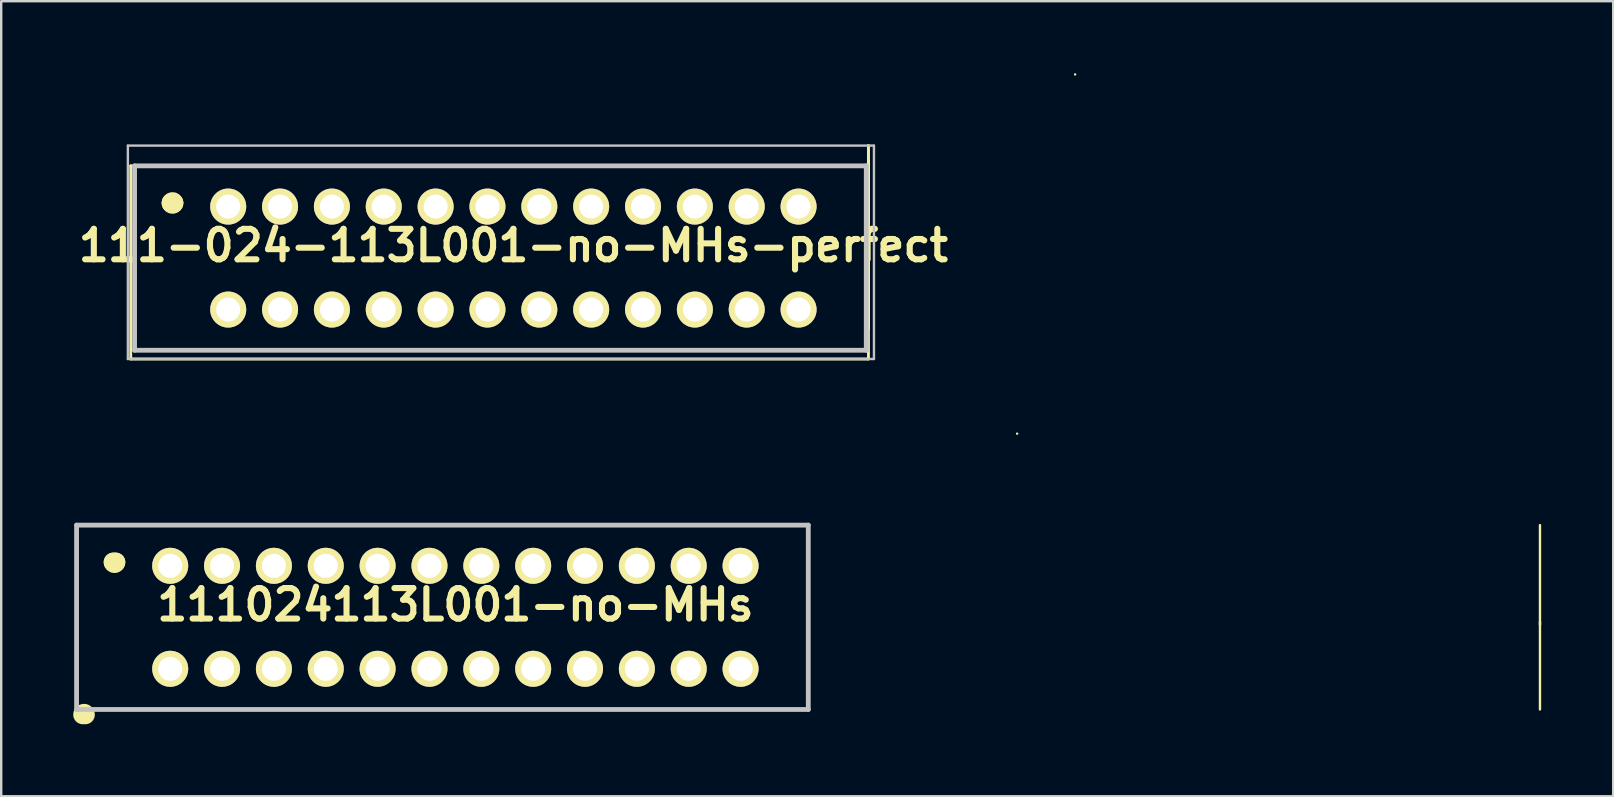
<source format=kicad_pcb>
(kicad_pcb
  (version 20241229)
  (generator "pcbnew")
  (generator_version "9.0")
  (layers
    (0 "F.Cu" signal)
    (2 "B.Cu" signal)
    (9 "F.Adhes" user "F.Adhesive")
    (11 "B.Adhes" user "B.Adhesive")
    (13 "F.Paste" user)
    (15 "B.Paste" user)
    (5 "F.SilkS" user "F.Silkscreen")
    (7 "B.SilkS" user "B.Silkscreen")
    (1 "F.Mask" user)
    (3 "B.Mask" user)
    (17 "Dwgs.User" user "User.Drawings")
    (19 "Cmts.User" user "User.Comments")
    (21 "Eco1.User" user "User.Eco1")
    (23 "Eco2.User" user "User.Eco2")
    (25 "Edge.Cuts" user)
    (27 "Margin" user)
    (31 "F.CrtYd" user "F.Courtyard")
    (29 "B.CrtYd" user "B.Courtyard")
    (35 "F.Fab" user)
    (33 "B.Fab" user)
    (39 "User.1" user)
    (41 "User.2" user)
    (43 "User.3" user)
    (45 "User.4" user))
  (footprint "111024113L001-no-MHs"
    (layer "F.Cu")
    (at 4.04 20.52)
    (property "Reference" "111024113L001-no-MHs" (at 11.88 1.623 0) (layer "F.SilkS") (effects (font (size 1.27 1.27) (thickness 0.254))))
    (attr through_hole)
    (fp_line (start -3.9 2.335) (end -3.9 5.985) (stroke (width 0.1) (type solid)) (layer "F.SilkS"))
    (fp_line (start -3.9 2.455) (end -3.9 -1.695) (stroke (width 0.1) (type solid)) (layer "F.SilkS"))
    (fp_line (start -3.9 5.985) (end 26.58 5.985) (stroke (width 0.1) (type solid)) (layer "F.SilkS"))
    (fp_line (start -2.37 -0.15) (end -2.37 -0.15) (stroke (width 0.8) (type solid)) (layer "F.SilkS"))
    (fp_line (start -2.27 -0.15) (end -2.27 -0.15) (stroke (width 0.8) (type solid)) (layer "F.SilkS"))
    (fp_line (start -1.36 -1.695) (end 26.58 -1.695) (stroke (width 0.1) (type solid)) (layer "F.SilkS"))
    (fp_line (start 35.28 -5.505) (end 35.28 -5.505) (stroke (width 0.1) (type solid)) (layer "F.SilkS"))
    (fp_line (start 57.06 2.335) (end 57.06 5.985) (stroke (width 0.1) (type solid)) (layer "F.SilkS"))
    (fp_line (start 57.06 2.455) (end 57.06 -1.695) (stroke (width 0.1) (type solid)) (layer "F.SilkS"))
    (fp_arc (start -3.64 6.2) (mid -3.59 6.15) (end -3.54 6.2) (stroke (width 0.8) (type solid)) (layer "F.SilkS"))
    (fp_arc (start -2.27 -0.15) (mid -2.32 -0.1) (end -2.37 -0.15) (stroke (width 0.8) (type solid)) (layer "F.SilkS"))
    (fp_line (start -3.9 -1.695) (end 26.58 -1.695) (stroke (width 0.2) (type solid)) (layer "Dwgs.User"))
    (fp_line (start -3.9 5.985) (end -3.9 -1.695) (stroke (width 0.2) (type solid)) (layer "Dwgs.User"))
    (fp_line (start 26.58 -1.695) (end 26.58 5.985) (stroke (width 0.2) (type solid)) (layer "Dwgs.User"))
    (fp_line (start 26.58 5.985) (end -3.9 5.985) (stroke (width 0.2) (type solid)) (layer "Dwgs.User"))
    (pad "1" thru_hole circle (at 0 0 90) (size 1.5 1.5) (drill 1) (layers "*.Cu" "*.Mask" "F.SilkS"))
    (pad "2" thru_hole circle (at 2.16 0 90) (size 1.5 1.5) (drill 1) (layers "*.Cu" "*.Mask" "F.SilkS"))
    (pad "3" thru_hole circle (at 4.32 0 90) (size 1.5 1.5) (drill 1) (layers "*.Cu" "*.Mask" "F.SilkS"))
    (pad "4" thru_hole circle (at 6.48 0 90) (size 1.5 1.5) (drill 1) (layers "*.Cu" "*.Mask" "F.SilkS"))
    (pad "5" thru_hole circle (at 8.64 0 90) (size 1.5 1.5) (drill 1) (layers "*.Cu" "*.Mask" "F.SilkS"))
    (pad "6" thru_hole circle (at 10.8 0 90) (size 1.5 1.5) (drill 1) (layers "*.Cu" "*.Mask" "F.SilkS"))
    (pad "7" thru_hole circle (at 12.96 0 90) (size 1.5 1.5) (drill 1) (layers "*.Cu" "*.Mask" "F.SilkS"))
    (pad "8" thru_hole circle (at 15.12 0 90) (size 1.5 1.5) (drill 1) (layers "*.Cu" "*.Mask" "F.SilkS"))
    (pad "9" thru_hole circle (at 17.28 0 90) (size 1.5 1.5) (drill 1) (layers "*.Cu" "*.Mask" "F.SilkS"))
    (pad "10" thru_hole circle (at 19.44 0 90) (size 1.5 1.5) (drill 1) (layers "*.Cu" "*.Mask" "F.SilkS"))
    (pad "11" thru_hole circle (at 21.6 0 90) (size 1.5 1.5) (drill 1) (layers "*.Cu" "*.Mask" "F.SilkS"))
    (pad "12" thru_hole circle (at 23.76 0 90) (size 1.5 1.5) (drill 1) (layers "*.Cu" "*.Mask" "F.SilkS"))
    (pad "13" thru_hole circle (at 0 4.29 90) (size 1.5 1.5) (drill 1) (layers "*.Cu" "*.Mask" "F.SilkS"))
    (pad "14" thru_hole circle (at 2.16 4.29 90) (size 1.5 1.5) (drill 1) (layers "*.Cu" "*.Mask" "F.SilkS"))
    (pad "15" thru_hole circle (at 4.32 4.29 90) (size 1.5 1.5) (drill 1) (layers "*.Cu" "*.Mask" "F.SilkS"))
    (pad "16" thru_hole circle (at 6.48 4.29 90) (size 1.5 1.5) (drill 1) (layers "*.Cu" "*.Mask" "F.SilkS"))
    (pad "17" thru_hole circle (at 8.64 4.29 90) (size 1.5 1.5) (drill 1) (layers "*.Cu" "*.Mask" "F.SilkS"))
    (pad "18" thru_hole circle (at 10.8 4.29 90) (size 1.5 1.5) (drill 1) (layers "*.Cu" "*.Mask" "F.SilkS"))
    (pad "19" thru_hole circle (at 12.96 4.29 90) (size 1.5 1.5) (drill 1) (layers "*.Cu" "*.Mask" "F.SilkS"))
    (pad "20" thru_hole circle (at 15.12 4.29 90) (size 1.5 1.5) (drill 1) (layers "*.Cu" "*.Mask" "F.SilkS"))
    (pad "21" thru_hole circle (at 17.28 4.29 90) (size 1.5 1.5) (drill 1) (layers "*.Cu" "*.Mask" "F.SilkS"))
    (pad "22" thru_hole circle (at 19.44 4.29 90) (size 1.5 1.5) (drill 1) (layers "*.Cu" "*.Mask" "F.SilkS"))
    (pad "23" thru_hole circle (at 21.6 4.29 90) (size 1.5 1.5) (drill 1) (layers "*.Cu" "*.Mask" "F.SilkS"))
    (pad "24" thru_hole circle (at 23.76 4.29 90) (size 1.5 1.5) (drill 1) (layers "*.Cu" "*.Mask" "F.SilkS")))
  (footprint "111-024-113L001-no-MHs-perfect"
    (layer "F.Cu")
    (at 6.456 5.555)
    (property "Reference" "111-024-113L001-no-MHs-perfect" (at 11.88 1.623 0) (layer "F.SilkS") (effects (font (size 1.27 1.27) (thickness 0.254))))
    (attr through_hole)
    (fp_line (start -4.06 -1.695) (end -4.06 6.35) (stroke (width 0.12) (type solid)) (layer "F.SilkS"))
    (fp_line (start -4.06 6.35) (end 26.67 6.35) (stroke (width 0.12) (type solid)) (layer "F.SilkS"))
    (fp_line (start -3.9 2.335) (end -3.9 5.985) (stroke (width 0.1) (type solid)) (layer "F.SilkS"))
    (fp_line (start -3.9 2.455) (end -3.9 -1.695) (stroke (width 0.1) (type solid)) (layer "F.SilkS"))
    (fp_line (start -3.9 5.985) (end 26.58 5.985) (stroke (width 0.1) (type solid)) (layer "F.SilkS"))
    (fp_line (start -2.37 -0.15) (end -2.37 -0.15) (stroke (width 0.8) (type solid)) (layer "F.SilkS"))
    (fp_line (start -2.27 -0.15) (end -2.27 -0.15) (stroke (width 0.8) (type solid)) (layer "F.SilkS"))
    (fp_line (start -1.36 -1.695) (end 26.58 -1.695) (stroke (width 0.1) (type solid)) (layer "F.SilkS"))
    (fp_line (start 26.58 2.335) (end 26.58 5.985) (stroke (width 0.1) (type solid)) (layer "F.SilkS"))
    (fp_line (start 26.58 2.455) (end 26.58 -1.695) (stroke (width 0.1) (type solid)) (layer "F.SilkS"))
    (fp_line (start 26.67 -1.695) (end -4.06 -1.695) (stroke (width 0.12) (type solid)) (layer "F.SilkS"))
    (fp_line (start 26.67 -1.695) (end 26.67 5.08) (stroke (width 0.12) (type solid)) (layer "F.SilkS"))
    (fp_line (start 26.67 5.08) (end 26.67 -2.54) (stroke (width 0.12) (type solid)) (layer "F.SilkS"))
    (fp_line (start 26.67 6.35) (end 26.67 -2.54) (stroke (width 0.12) (type solid)) (layer "F.SilkS"))
    (fp_line (start 35.28 -5.505) (end 35.28 -5.505) (stroke (width 0.1) (type solid)) (layer "F.SilkS"))
    (fp_arc (start -2.37 -0.15) (mid -2.32 -0.2) (end -2.27 -0.15) (stroke (width 0.8) (type solid)) (layer "F.SilkS"))
    (fp_arc (start -2.27 -0.15) (mid -2.32 -0.1) (end -2.37 -0.15) (stroke (width 0.8) (type solid)) (layer "F.SilkS"))
    (fp_line (start -4.18 -2.54) (end -4.18 6.35) (stroke (width 0.1) (type solid)) (layer "Dwgs.User"))
    (fp_line (start -4.18 -2.54) (end 26.9 -2.54) (stroke (width 0.1) (type solid)) (layer "Dwgs.User"))
    (fp_line (start -4.18 6.35) (end 26.9 6.35) (stroke (width 0.1) (type solid)) (layer "Dwgs.User"))
    (fp_line (start -3.9 -1.695) (end 26.58 -1.695) (stroke (width 0.2) (type solid)) (layer "Dwgs.User"))
    (fp_line (start -3.9 5.985) (end -3.9 -1.695) (stroke (width 0.2) (type solid)) (layer "Dwgs.User"))
    (fp_line (start 26.58 -1.695) (end 26.58 5.985) (stroke (width 0.2) (type solid)) (layer "Dwgs.User"))
    (fp_line (start 26.58 5.985) (end -3.9 5.985) (stroke (width 0.2) (type solid)) (layer "Dwgs.User"))
    (fp_line (start 26.9 -2.54) (end 26.9 6.35) (stroke (width 0.1) (type solid)) (layer "Dwgs.User"))
    (pad "1" thru_hole circle (at 0 0 90) (size 1.5 1.5) (drill 1) (layers "*.Cu" "*.Mask" "F.SilkS"))
    (pad "2" thru_hole circle (at 2.16 0 90) (size 1.5 1.5) (drill 1) (layers "*.Cu" "*.Mask" "F.SilkS"))
    (pad "3" thru_hole circle (at 4.32 0 90) (size 1.5 1.5) (drill 1) (layers "*.Cu" "*.Mask" "F.SilkS"))
    (pad "4" thru_hole circle (at 6.48 0 90) (size 1.5 1.5) (drill 1) (layers "*.Cu" "*.Mask" "F.SilkS"))
    (pad "5" thru_hole circle (at 8.64 0 90) (size 1.5 1.5) (drill 1) (layers "*.Cu" "*.Mask" "F.SilkS"))
    (pad "6" thru_hole circle (at 10.8 0 90) (size 1.5 1.5) (drill 1) (layers "*.Cu" "*.Mask" "F.SilkS"))
    (pad "7" thru_hole circle (at 12.96 0 90) (size 1.5 1.5) (drill 1) (layers "*.Cu" "*.Mask" "F.SilkS"))
    (pad "8" thru_hole circle (at 15.12 0 90) (size 1.5 1.5) (drill 1) (layers "*.Cu" "*.Mask" "F.SilkS"))
    (pad "9" thru_hole circle (at 17.28 0 90) (size 1.5 1.5) (drill 1) (layers "*.Cu" "*.Mask" "F.SilkS"))
    (pad "10" thru_hole circle (at 19.44 0 90) (size 1.5 1.5) (drill 1) (layers "*.Cu" "*.Mask" "F.SilkS"))
    (pad "11" thru_hole circle (at 21.6 0 90) (size 1.5 1.5) (drill 1) (layers "*.Cu" "*.Mask" "F.SilkS"))
    (pad "12" thru_hole circle (at 23.76 0 90) (size 1.5 1.5) (drill 1) (layers "*.Cu" "*.Mask" "F.SilkS"))
    (pad "13" thru_hole circle (at 0 4.29 90) (size 1.5 1.5) (drill 1) (layers "*.Cu" "*.Mask" "F.SilkS"))
    (pad "14" thru_hole circle (at 2.16 4.29 90) (size 1.5 1.5) (drill 1) (layers "*.Cu" "*.Mask" "F.SilkS"))
    (pad "15" thru_hole circle (at 4.32 4.29 90) (size 1.5 1.5) (drill 1) (layers "*.Cu" "*.Mask" "F.SilkS"))
    (pad "16" thru_hole circle (at 6.48 4.29 90) (size 1.5 1.5) (drill 1) (layers "*.Cu" "*.Mask" "F.SilkS"))
    (pad "17" thru_hole circle (at 8.64 4.29 90) (size 1.5 1.5) (drill 1) (layers "*.Cu" "*.Mask" "F.SilkS"))
    (pad "18" thru_hole circle (at 10.8 4.29 90) (size 1.5 1.5) (drill 1) (layers "*.Cu" "*.Mask" "F.SilkS"))
    (pad "19" thru_hole circle (at 12.96 4.29 90) (size 1.5 1.5) (drill 1) (layers "*.Cu" "*.Mask" "F.SilkS"))
    (pad "20" thru_hole circle (at 15.12 4.29 90) (size 1.5 1.5) (drill 1) (layers "*.Cu" "*.Mask" "F.SilkS"))
    (pad "21" thru_hole circle (at 17.28 4.29 90) (size 1.5 1.5) (drill 1) (layers "*.Cu" "*.Mask" "F.SilkS"))
    (pad "22" thru_hole circle (at 19.44 4.29 90) (size 1.5 1.5) (drill 1) (layers "*.Cu" "*.Mask" "F.SilkS"))
    (pad "23" thru_hole circle (at 21.6 4.29 90) (size 1.5 1.5) (drill 1) (layers "*.Cu" "*.Mask" "F.SilkS"))
    (pad "24" thru_hole circle (at 23.76 4.29 90) (size 1.5 1.5) (drill 1) (layers "*.Cu" "*.Mask" "F.SilkS")))
  (gr_rect
    (start -3 -3)
    (end 64.15 30.12)
    (stroke (width 0.1) (type default))
    (fill no)
    (layer "Edge.Cuts")))
</source>
